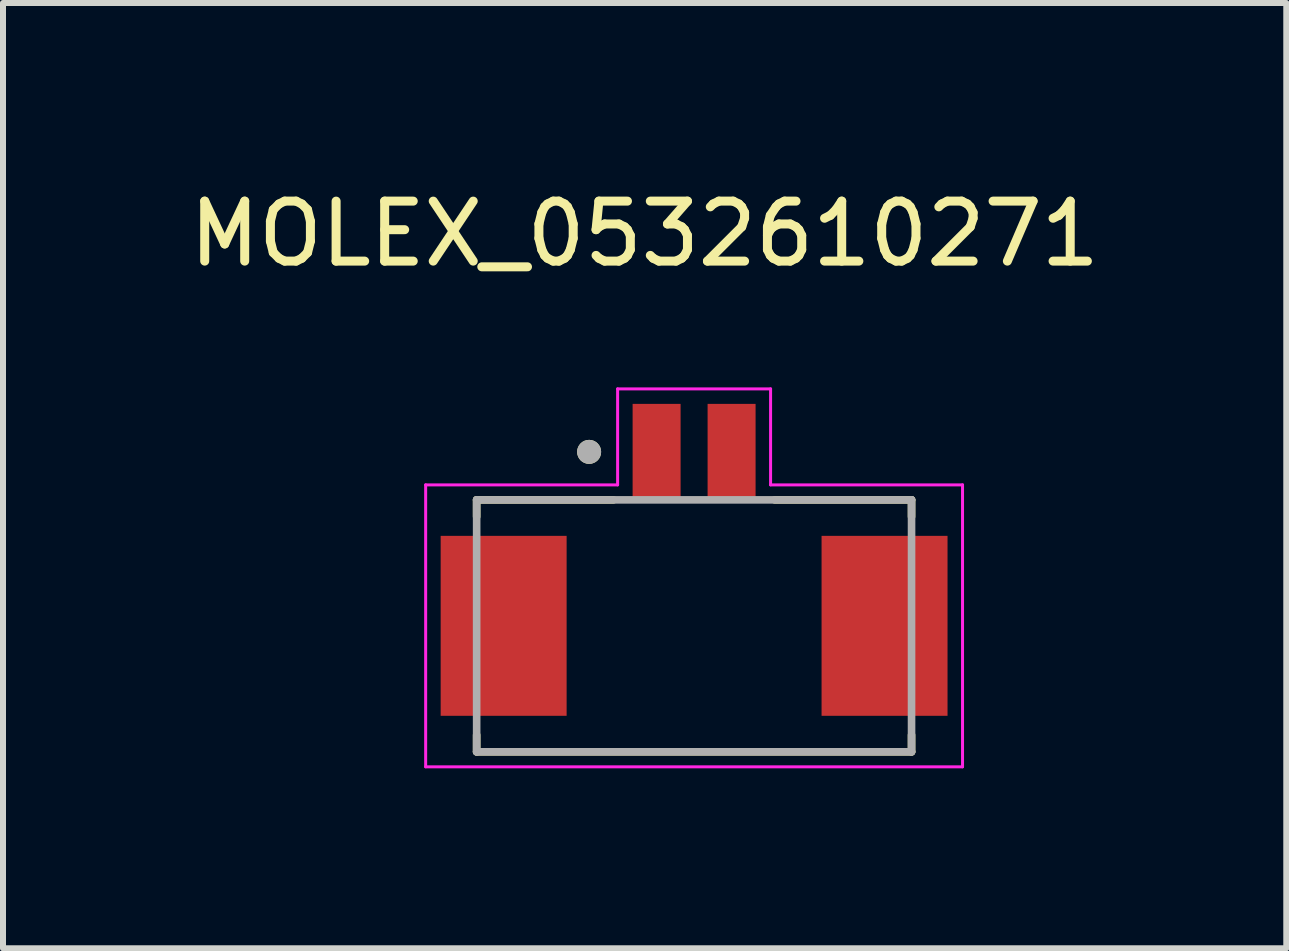
<source format=kicad_pcb>
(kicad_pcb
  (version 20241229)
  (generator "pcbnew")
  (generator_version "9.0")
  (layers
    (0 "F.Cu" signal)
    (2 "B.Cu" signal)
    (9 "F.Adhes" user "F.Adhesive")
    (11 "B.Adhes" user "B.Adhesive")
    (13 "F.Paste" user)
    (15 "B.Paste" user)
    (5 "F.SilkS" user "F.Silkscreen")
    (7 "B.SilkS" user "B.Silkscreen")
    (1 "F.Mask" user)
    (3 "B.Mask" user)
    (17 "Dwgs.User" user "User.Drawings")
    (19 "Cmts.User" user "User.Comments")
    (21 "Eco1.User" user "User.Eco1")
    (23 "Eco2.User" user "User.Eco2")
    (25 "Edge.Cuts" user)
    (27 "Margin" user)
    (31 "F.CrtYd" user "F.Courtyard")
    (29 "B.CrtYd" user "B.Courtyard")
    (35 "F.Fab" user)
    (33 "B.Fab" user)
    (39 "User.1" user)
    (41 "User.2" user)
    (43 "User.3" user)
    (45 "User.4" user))
  (footprint "MOLEX_0532610271"
    (layer "F.Cu")
    (at 8.521 4.483)
    (property "Reference" "MOLEX_0532610271" (at -0.825 -3.635 0) (layer "F.SilkS") (effects (font (size 1 1) (thickness 0.15))))
    (attr through_hole)
    (fp_line (start -3.625 0.8) (end -3.625 1.08) (stroke (width 0.127) (type solid)) (layer "F.SilkS"))
    (fp_line (start -3.625 0.8) (end -1.345 0.8) (stroke (width 0.127) (type solid)) (layer "F.SilkS"))
    (fp_line (start -3.625 5) (end -3.625 4.72) (stroke (width 0.127) (type solid)) (layer "F.SilkS"))
    (fp_line (start -3.625 5) (end 3.625 5) (stroke (width 0.127) (type solid)) (layer "F.SilkS"))
    (fp_line (start 1.345 0.8) (end 3.625 0.8) (stroke (width 0.127) (type solid)) (layer "F.SilkS"))
    (fp_line (start 3.625 0.8) (end 3.625 1.08) (stroke (width 0.127) (type solid)) (layer "F.SilkS"))
    (fp_line (start 3.625 5) (end 3.625 4.72) (stroke (width 0.127) (type solid)) (layer "F.SilkS"))
    (fp_circle (center -1.75 0) (end -1.65 0) (stroke (width 0.2) (type solid)) (fill no) (layer "F.SilkS"))
    (fp_line (start -4.475 0.55) (end -1.275 0.55) (stroke (width 0.05) (type solid)) (layer "F.CrtYd"))
    (fp_line (start -4.475 5.25) (end -4.475 0.55) (stroke (width 0.05) (type solid)) (layer "F.CrtYd"))
    (fp_line (start -1.275 -1.05) (end 1.275 -1.05) (stroke (width 0.05) (type solid)) (layer "F.CrtYd"))
    (fp_line (start -1.275 0.55) (end -1.275 -1.05) (stroke (width 0.05) (type solid)) (layer "F.CrtYd"))
    (fp_line (start 1.275 -1.05) (end 1.275 0.55) (stroke (width 0.05) (type solid)) (layer "F.CrtYd"))
    (fp_line (start 1.275 0.55) (end 4.475 0.55) (stroke (width 0.05) (type solid)) (layer "F.CrtYd"))
    (fp_line (start 4.475 0.55) (end 4.475 5.25) (stroke (width 0.05) (type solid)) (layer "F.CrtYd"))
    (fp_line (start 4.475 5.25) (end -4.475 5.25) (stroke (width 0.05) (type solid)) (layer "F.CrtYd"))
    (fp_line (start -3.625 0.8) (end 3.625 0.8) (stroke (width 0.127) (type solid)) (layer "F.Fab"))
    (fp_line (start -3.625 5) (end -3.625 0.8) (stroke (width 0.127) (type solid)) (layer "F.Fab"))
    (fp_line (start 3.625 0.8) (end 3.625 5) (stroke (width 0.127) (type solid)) (layer "F.Fab"))
    (fp_line (start 3.625 5) (end -3.625 5) (stroke (width 0.127) (type solid)) (layer "F.Fab"))
    (fp_circle (center -1.75 0) (end -1.65 0) (stroke (width 0.2) (type solid)) (fill no) (layer "F.Fab"))
    (pad "1" smd rect (at -0.625 0) (size 0.8 1.6) (layers "F.Cu" "F.Mask" "F.Paste"))
    (pad "2" smd rect (at 0.625 0) (size 0.8 1.6) (layers "F.Cu" "F.Mask" "F.Paste"))
    (pad "S1" smd rect (at -3.175 2.9) (size 2.1 3) (layers "F.Cu" "F.Mask" "F.Paste"))
    (pad "S2" smd rect (at 3.175 2.9) (size 2.1 3) (layers "F.Cu" "F.Mask" "F.Paste")))
  (gr_rect
    (start -3 -3)
    (end 18.393 12.758)
    (stroke (width 0.1) (type default))
    (fill no)
    (layer "Edge.Cuts")))
</source>
